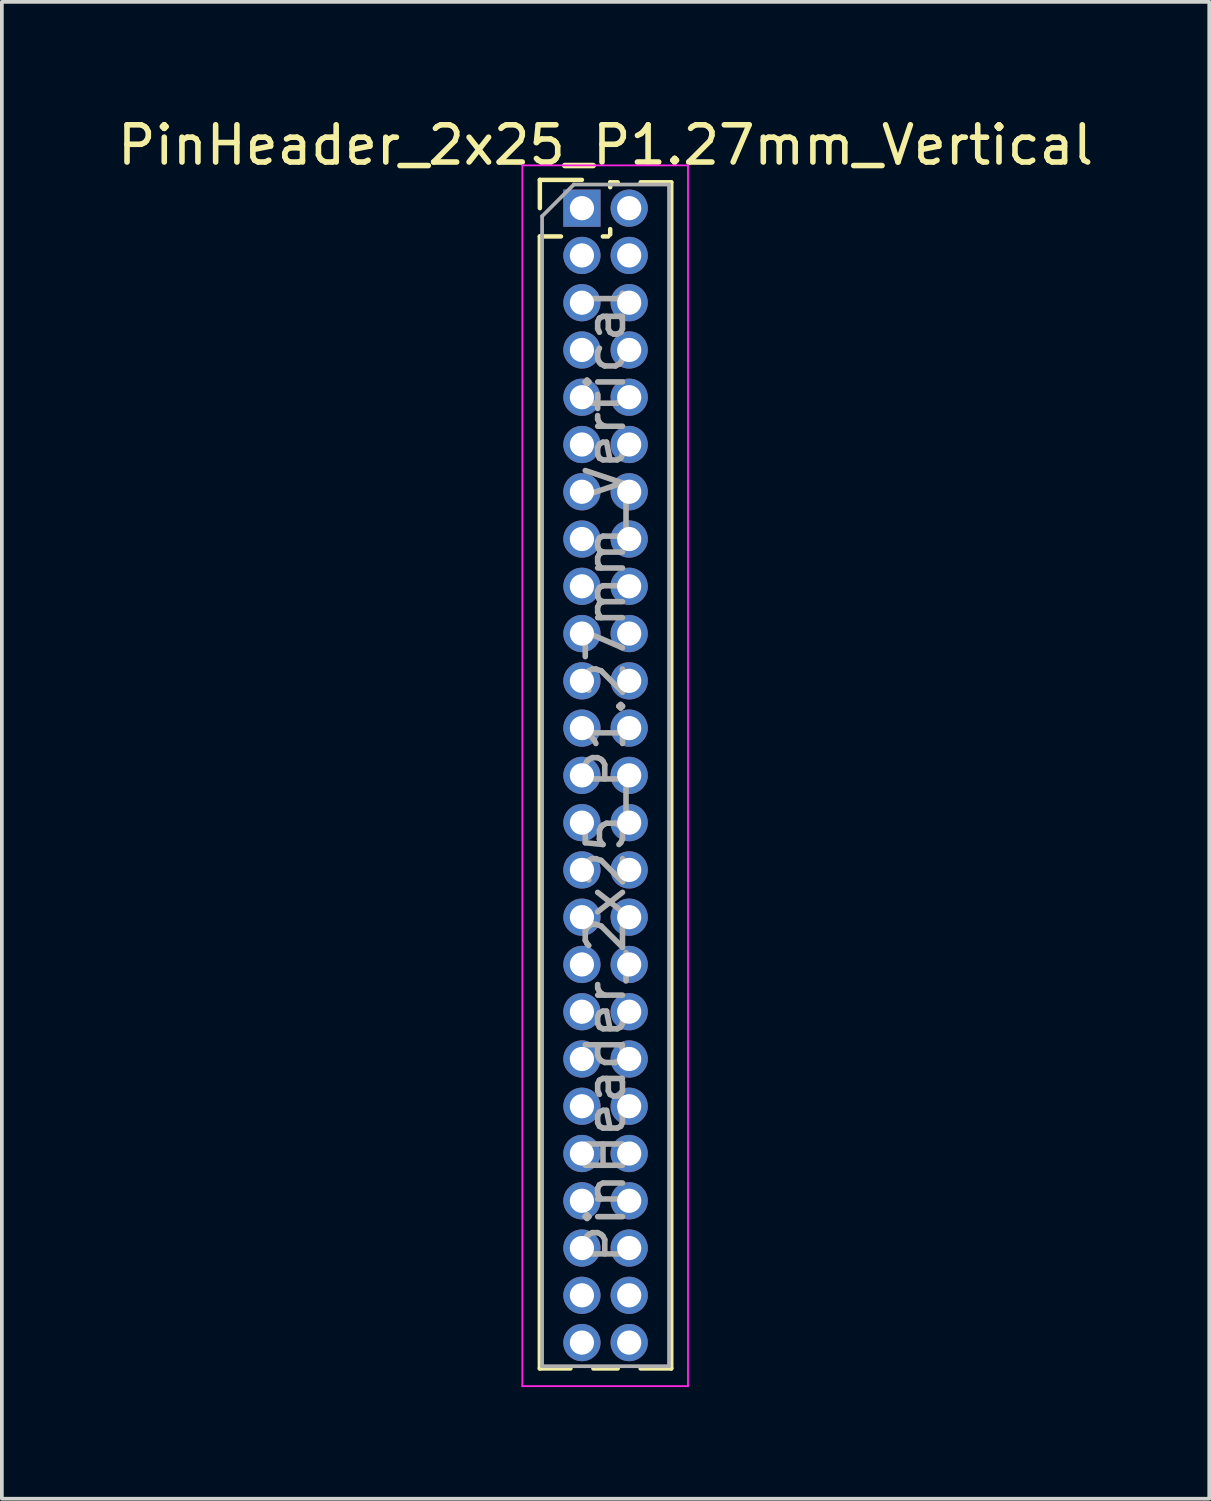
<source format=kicad_pcb>
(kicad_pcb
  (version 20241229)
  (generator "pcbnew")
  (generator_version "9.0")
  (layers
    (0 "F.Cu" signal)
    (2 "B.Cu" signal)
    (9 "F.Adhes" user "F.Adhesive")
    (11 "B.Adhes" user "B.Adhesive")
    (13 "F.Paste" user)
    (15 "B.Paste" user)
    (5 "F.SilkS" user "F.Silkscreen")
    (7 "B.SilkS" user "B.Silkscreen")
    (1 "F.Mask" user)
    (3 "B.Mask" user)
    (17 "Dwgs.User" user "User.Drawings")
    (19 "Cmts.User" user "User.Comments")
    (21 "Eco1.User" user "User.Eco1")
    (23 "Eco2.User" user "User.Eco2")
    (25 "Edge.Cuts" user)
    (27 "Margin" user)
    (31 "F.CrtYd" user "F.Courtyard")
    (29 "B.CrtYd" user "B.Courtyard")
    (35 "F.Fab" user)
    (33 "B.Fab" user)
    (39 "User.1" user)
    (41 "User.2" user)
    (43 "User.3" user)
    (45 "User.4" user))
  (footprint "PinHeader_2x25_P1.27mm_Vertical"
    (layer "F.Cu")
    (at 12.585 2.543)
    (property "Reference" "PinHeader_2x25_P1.27mm_Vertical" (at 0.635 -1.695 0) (layer "F.SilkS") (effects (font (size 1 1) (thickness 0.15))))
    (attr through_hole)
    (fp_line (start -1.13 -0.76) (end 0 -0.76) (stroke (width 0.12) (type solid)) (layer "F.SilkS"))
    (fp_line (start -1.13 0) (end -1.13 -0.76) (stroke (width 0.12) (type solid)) (layer "F.SilkS"))
    (fp_line (start -1.13 0.76) (end -1.13 31.175) (stroke (width 0.12) (type solid)) (layer "F.SilkS"))
    (fp_line (start -1.13 0.76) (end -0.563 0.76) (stroke (width 0.12) (type solid)) (layer "F.SilkS"))
    (fp_line (start -1.13 31.175) (end -0.308 31.175) (stroke (width 0.12) (type solid)) (layer "F.SilkS"))
    (fp_line (start 0.308 31.175) (end 0.962 31.175) (stroke (width 0.12) (type solid)) (layer "F.SilkS"))
    (fp_line (start 0.563 0.76) (end 0.707 0.76) (stroke (width 0.12) (type solid)) (layer "F.SilkS"))
    (fp_line (start 0.76 -0.695) (end 0.962 -0.695) (stroke (width 0.12) (type solid)) (layer "F.SilkS"))
    (fp_line (start 0.76 -0.563) (end 0.76 -0.695) (stroke (width 0.12) (type solid)) (layer "F.SilkS"))
    (fp_line (start 0.76 0.707) (end 0.76 0.563) (stroke (width 0.12) (type solid)) (layer "F.SilkS"))
    (fp_line (start 1.578 -0.695) (end 2.4 -0.695) (stroke (width 0.12) (type solid)) (layer "F.SilkS"))
    (fp_line (start 1.578 31.175) (end 2.4 31.175) (stroke (width 0.12) (type solid)) (layer "F.SilkS"))
    (fp_line (start 2.4 -0.695) (end 2.4 31.175) (stroke (width 0.12) (type solid)) (layer "F.SilkS"))
    (fp_line (start -1.6 -1.15) (end -1.6 31.65) (stroke (width 0.05) (type solid)) (layer "F.CrtYd"))
    (fp_line (start -1.6 31.65) (end 2.85 31.65) (stroke (width 0.05) (type solid)) (layer "F.CrtYd"))
    (fp_line (start 2.85 -1.15) (end -1.6 -1.15) (stroke (width 0.05) (type solid)) (layer "F.CrtYd"))
    (fp_line (start 2.85 31.65) (end 2.85 -1.15) (stroke (width 0.05) (type solid)) (layer "F.CrtYd"))
    (fp_line (start -1.07 0.217) (end -0.217 -0.635) (stroke (width 0.1) (type solid)) (layer "F.Fab"))
    (fp_line (start -1.07 31.115) (end -1.07 0.217) (stroke (width 0.1) (type solid)) (layer "F.Fab"))
    (fp_line (start -0.217 -0.635) (end 2.34 -0.635) (stroke (width 0.1) (type solid)) (layer "F.Fab"))
    (fp_line (start 2.34 -0.635) (end 2.34 31.115) (stroke (width 0.1) (type solid)) (layer "F.Fab"))
    (fp_line (start 2.34 31.115) (end -1.07 31.115) (stroke (width 0.1) (type solid)) (layer "F.Fab"))
    (fp_text user "${REFERENCE}" (at 0.635 15.24 90) (layer "F.Fab") (effects (font (size 1 1) (thickness 0.15))))
    (pad "1" thru_hole rect (at 0 0) (size 1 1) (drill 0.65) (layers "*.Cu" "*.Mask"))
    (pad "2" thru_hole oval (at 1.27 0) (size 1 1) (drill 0.65) (layers "*.Cu" "*.Mask"))
    (pad "3" thru_hole oval (at 0 1.27) (size 1 1) (drill 0.65) (layers "*.Cu" "*.Mask"))
    (pad "4" thru_hole oval (at 1.27 1.27) (size 1 1) (drill 0.65) (layers "*.Cu" "*.Mask"))
    (pad "5" thru_hole oval (at 0 2.54) (size 1 1) (drill 0.65) (layers "*.Cu" "*.Mask"))
    (pad "6" thru_hole oval (at 1.27 2.54) (size 1 1) (drill 0.65) (layers "*.Cu" "*.Mask"))
    (pad "7" thru_hole oval (at 0 3.81) (size 1 1) (drill 0.65) (layers "*.Cu" "*.Mask"))
    (pad "8" thru_hole oval (at 1.27 3.81) (size 1 1) (drill 0.65) (layers "*.Cu" "*.Mask"))
    (pad "9" thru_hole oval (at 0 5.08) (size 1 1) (drill 0.65) (layers "*.Cu" "*.Mask"))
    (pad "10" thru_hole oval (at 1.27 5.08) (size 1 1) (drill 0.65) (layers "*.Cu" "*.Mask"))
    (pad "11" thru_hole oval (at 0 6.35) (size 1 1) (drill 0.65) (layers "*.Cu" "*.Mask"))
    (pad "12" thru_hole oval (at 1.27 6.35) (size 1 1) (drill 0.65) (layers "*.Cu" "*.Mask"))
    (pad "13" thru_hole oval (at 0 7.62) (size 1 1) (drill 0.65) (layers "*.Cu" "*.Mask"))
    (pad "14" thru_hole oval (at 1.27 7.62) (size 1 1) (drill 0.65) (layers "*.Cu" "*.Mask"))
    (pad "15" thru_hole oval (at 0 8.89) (size 1 1) (drill 0.65) (layers "*.Cu" "*.Mask"))
    (pad "16" thru_hole oval (at 1.27 8.89) (size 1 1) (drill 0.65) (layers "*.Cu" "*.Mask"))
    (pad "17" thru_hole oval (at 0 10.16) (size 1 1) (drill 0.65) (layers "*.Cu" "*.Mask"))
    (pad "18" thru_hole oval (at 1.27 10.16) (size 1 1) (drill 0.65) (layers "*.Cu" "*.Mask"))
    (pad "19" thru_hole oval (at 0 11.43) (size 1 1) (drill 0.65) (layers "*.Cu" "*.Mask"))
    (pad "20" thru_hole oval (at 1.27 11.43) (size 1 1) (drill 0.65) (layers "*.Cu" "*.Mask"))
    (pad "21" thru_hole oval (at 0 12.7) (size 1 1) (drill 0.65) (layers "*.Cu" "*.Mask"))
    (pad "22" thru_hole oval (at 1.27 12.7) (size 1 1) (drill 0.65) (layers "*.Cu" "*.Mask"))
    (pad "23" thru_hole oval (at 0 13.97) (size 1 1) (drill 0.65) (layers "*.Cu" "*.Mask"))
    (pad "24" thru_hole oval (at 1.27 13.97) (size 1 1) (drill 0.65) (layers "*.Cu" "*.Mask"))
    (pad "25" thru_hole oval (at 0 15.24) (size 1 1) (drill 0.65) (layers "*.Cu" "*.Mask"))
    (pad "26" thru_hole oval (at 1.27 15.24) (size 1 1) (drill 0.65) (layers "*.Cu" "*.Mask"))
    (pad "27" thru_hole oval (at 0 16.51) (size 1 1) (drill 0.65) (layers "*.Cu" "*.Mask"))
    (pad "28" thru_hole oval (at 1.27 16.51) (size 1 1) (drill 0.65) (layers "*.Cu" "*.Mask"))
    (pad "29" thru_hole oval (at 0 17.78) (size 1 1) (drill 0.65) (layers "*.Cu" "*.Mask"))
    (pad "30" thru_hole oval (at 1.27 17.78) (size 1 1) (drill 0.65) (layers "*.Cu" "*.Mask"))
    (pad "31" thru_hole oval (at 0 19.05) (size 1 1) (drill 0.65) (layers "*.Cu" "*.Mask"))
    (pad "32" thru_hole oval (at 1.27 19.05) (size 1 1) (drill 0.65) (layers "*.Cu" "*.Mask"))
    (pad "33" thru_hole oval (at 0 20.32) (size 1 1) (drill 0.65) (layers "*.Cu" "*.Mask"))
    (pad "34" thru_hole oval (at 1.27 20.32) (size 1 1) (drill 0.65) (layers "*.Cu" "*.Mask"))
    (pad "35" thru_hole oval (at 0 21.59) (size 1 1) (drill 0.65) (layers "*.Cu" "*.Mask"))
    (pad "36" thru_hole oval (at 1.27 21.59) (size 1 1) (drill 0.65) (layers "*.Cu" "*.Mask"))
    (pad "37" thru_hole oval (at 0 22.86) (size 1 1) (drill 0.65) (layers "*.Cu" "*.Mask"))
    (pad "38" thru_hole oval (at 1.27 22.86) (size 1 1) (drill 0.65) (layers "*.Cu" "*.Mask"))
    (pad "39" thru_hole oval (at 0 24.13) (size 1 1) (drill 0.65) (layers "*.Cu" "*.Mask"))
    (pad "40" thru_hole oval (at 1.27 24.13) (size 1 1) (drill 0.65) (layers "*.Cu" "*.Mask"))
    (pad "41" thru_hole oval (at 0 25.4) (size 1 1) (drill 0.65) (layers "*.Cu" "*.Mask"))
    (pad "42" thru_hole oval (at 1.27 25.4) (size 1 1) (drill 0.65) (layers "*.Cu" "*.Mask"))
    (pad "43" thru_hole oval (at 0 26.67) (size 1 1) (drill 0.65) (layers "*.Cu" "*.Mask"))
    (pad "44" thru_hole oval (at 1.27 26.67) (size 1 1) (drill 0.65) (layers "*.Cu" "*.Mask"))
    (pad "45" thru_hole oval (at 0 27.94) (size 1 1) (drill 0.65) (layers "*.Cu" "*.Mask"))
    (pad "46" thru_hole oval (at 1.27 27.94) (size 1 1) (drill 0.65) (layers "*.Cu" "*.Mask"))
    (pad "47" thru_hole oval (at 0 29.21) (size 1 1) (drill 0.65) (layers "*.Cu" "*.Mask"))
    (pad "48" thru_hole oval (at 1.27 29.21) (size 1 1) (drill 0.65) (layers "*.Cu" "*.Mask"))
    (pad "49" thru_hole oval (at 0 30.48) (size 1 1) (drill 0.65) (layers "*.Cu" "*.Mask"))
    (pad "50" thru_hole oval (at 1.27 30.48) (size 1 1) (drill 0.65) (layers "*.Cu" "*.Mask")))
  (gr_rect
    (start -3 -3)
    (end 29.44 37.218)
    (stroke (width 0.1) (type default))
    (fill no)
    (layer "Edge.Cuts")))
</source>
